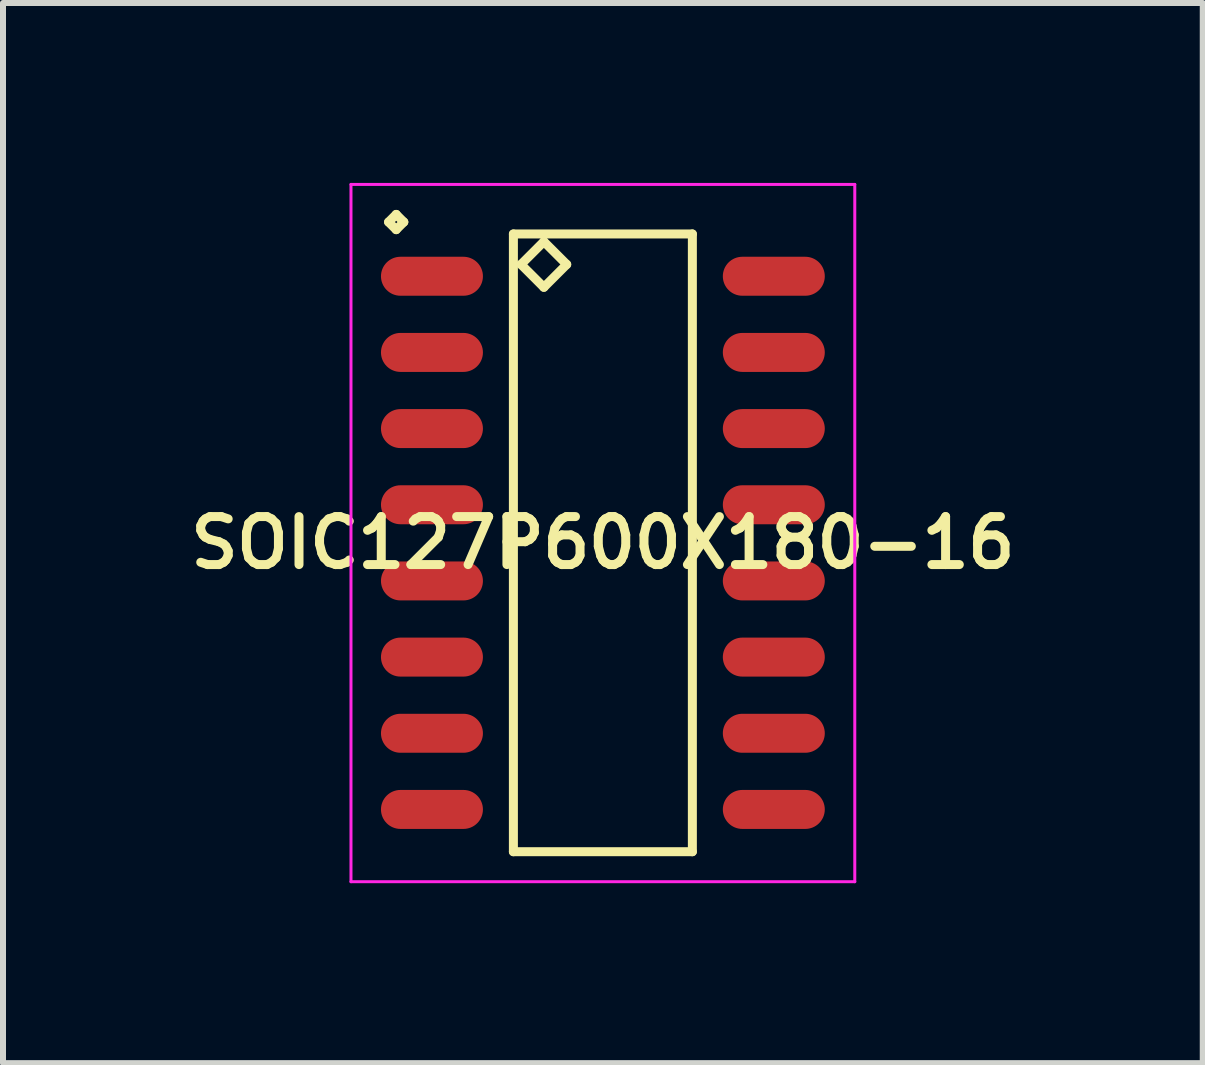
<source format=kicad_pcb>
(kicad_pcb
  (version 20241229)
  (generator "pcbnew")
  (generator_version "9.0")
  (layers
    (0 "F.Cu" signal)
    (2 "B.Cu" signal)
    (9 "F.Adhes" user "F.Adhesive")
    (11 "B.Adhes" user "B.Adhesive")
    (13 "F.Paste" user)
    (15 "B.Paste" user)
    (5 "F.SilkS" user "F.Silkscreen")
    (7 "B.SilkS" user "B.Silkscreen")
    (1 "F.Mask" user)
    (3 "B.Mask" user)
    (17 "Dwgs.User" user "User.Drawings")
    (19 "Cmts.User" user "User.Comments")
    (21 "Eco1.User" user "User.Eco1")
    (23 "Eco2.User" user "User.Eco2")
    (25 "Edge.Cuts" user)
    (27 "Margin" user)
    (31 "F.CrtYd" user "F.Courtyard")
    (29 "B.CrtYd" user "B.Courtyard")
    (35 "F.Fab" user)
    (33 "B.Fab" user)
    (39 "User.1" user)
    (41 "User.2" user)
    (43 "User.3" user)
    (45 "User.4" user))
  (footprint "SOIC127P600X180-16"
    (layer "F.Cu")
    (at 7.002 6.001)
    (property "Reference" "SOIC127P600X180-16" (at 0 0 0) (layer "F.SilkS") (effects (font (size 0.8 0.8) (thickness 0.15))))
    (attr smd)
    (fp_line (start -3.573 -5.349) (end -3.446 -5.476) (stroke (width 0.15) (type solid)) (layer "F.SilkS"))
    (fp_line (start -3.446 -5.476) (end -3.319 -5.349) (stroke (width 0.15) (type solid)) (layer "F.SilkS"))
    (fp_line (start -3.446 -5.222) (end -3.573 -5.349) (stroke (width 0.15) (type solid)) (layer "F.SilkS"))
    (fp_line (start -3.319 -5.349) (end -3.446 -5.222) (stroke (width 0.15) (type solid)) (layer "F.SilkS"))
    (fp_line (start -1.492 -5.15) (end -1.492 5.15) (stroke (width 0.15) (type solid)) (layer "F.SilkS"))
    (fp_line (start -1.492 5.15) (end 1.492 5.15) (stroke (width 0.15) (type solid)) (layer "F.SilkS"))
    (fp_line (start -1.365 -4.642) (end -0.984 -5.023) (stroke (width 0.15) (type solid)) (layer "F.SilkS"))
    (fp_line (start -0.984 -5.023) (end -0.603 -4.642) (stroke (width 0.15) (type solid)) (layer "F.SilkS"))
    (fp_line (start -0.984 -4.261) (end -1.365 -4.642) (stroke (width 0.15) (type solid)) (layer "F.SilkS"))
    (fp_line (start -0.603 -4.642) (end -0.984 -4.261) (stroke (width 0.15) (type solid)) (layer "F.SilkS"))
    (fp_line (start 1.492 -5.15) (end -1.492 -5.15) (stroke (width 0.15) (type solid)) (layer "F.SilkS"))
    (fp_line (start 1.492 5.15) (end 1.492 -5.15) (stroke (width 0.15) (type solid)) (layer "F.SilkS"))
    (fp_line (start -4.2 -5.976) (end 4.2 -5.976) (stroke (width 0.05) (type solid)) (layer "F.CrtYd"))
    (fp_line (start -4.2 5.65) (end -4.2 -5.976) (stroke (width 0.05) (type solid)) (layer "F.CrtYd"))
    (fp_line (start 4.2 -5.976) (end 4.2 5.65) (stroke (width 0.05) (type solid)) (layer "F.CrtYd"))
    (fp_line (start 4.2 5.65) (end -4.2 5.65) (stroke (width 0.05) (type solid)) (layer "F.CrtYd"))
    (pad "1" smd oval (at -2.85 -4.445) (size 1.7 0.65) (layers "F.Cu" "F.Mask" "F.Paste"))
    (pad "2" smd oval (at -2.85 -3.175) (size 1.7 0.65) (layers "F.Cu" "F.Mask" "F.Paste"))
    (pad "3" smd oval (at -2.85 -1.905) (size 1.7 0.65) (layers "F.Cu" "F.Mask" "F.Paste"))
    (pad "4" smd oval (at -2.85 -0.635) (size 1.7 0.65) (layers "F.Cu" "F.Mask" "F.Paste"))
    (pad "5" smd oval (at -2.85 0.635) (size 1.7 0.65) (layers "F.Cu" "F.Mask" "F.Paste"))
    (pad "6" smd oval (at -2.85 1.905) (size 1.7 0.65) (layers "F.Cu" "F.Mask" "F.Paste"))
    (pad "7" smd oval (at -2.85 3.175) (size 1.7 0.65) (layers "F.Cu" "F.Mask" "F.Paste"))
    (pad "8" smd oval (at -2.85 4.445) (size 1.7 0.65) (layers "F.Cu" "F.Mask" "F.Paste"))
    (pad "9" smd oval (at 2.85 4.445) (size 1.7 0.65) (layers "F.Cu" "F.Mask" "F.Paste"))
    (pad "10" smd oval (at 2.85 3.175) (size 1.7 0.65) (layers "F.Cu" "F.Mask" "F.Paste"))
    (pad "11" smd oval (at 2.85 1.905) (size 1.7 0.65) (layers "F.Cu" "F.Mask" "F.Paste"))
    (pad "12" smd oval (at 2.85 0.635) (size 1.7 0.65) (layers "F.Cu" "F.Mask" "F.Paste"))
    (pad "13" smd oval (at 2.85 -0.635) (size 1.7 0.65) (layers "F.Cu" "F.Mask" "F.Paste"))
    (pad "14" smd oval (at 2.85 -1.905) (size 1.7 0.65) (layers "F.Cu" "F.Mask" "F.Paste"))
    (pad "15" smd oval (at 2.85 -3.175) (size 1.7 0.65) (layers "F.Cu" "F.Mask" "F.Paste"))
    (pad "16" smd oval (at 2.85 -4.445) (size 1.7 0.65) (layers "F.Cu" "F.Mask" "F.Paste")))
  (gr_rect
    (start -3 -3)
    (end 17.004 14.676)
    (stroke (width 0.1) (type default))
    (fill no)
    (layer "Edge.Cuts")))
</source>
